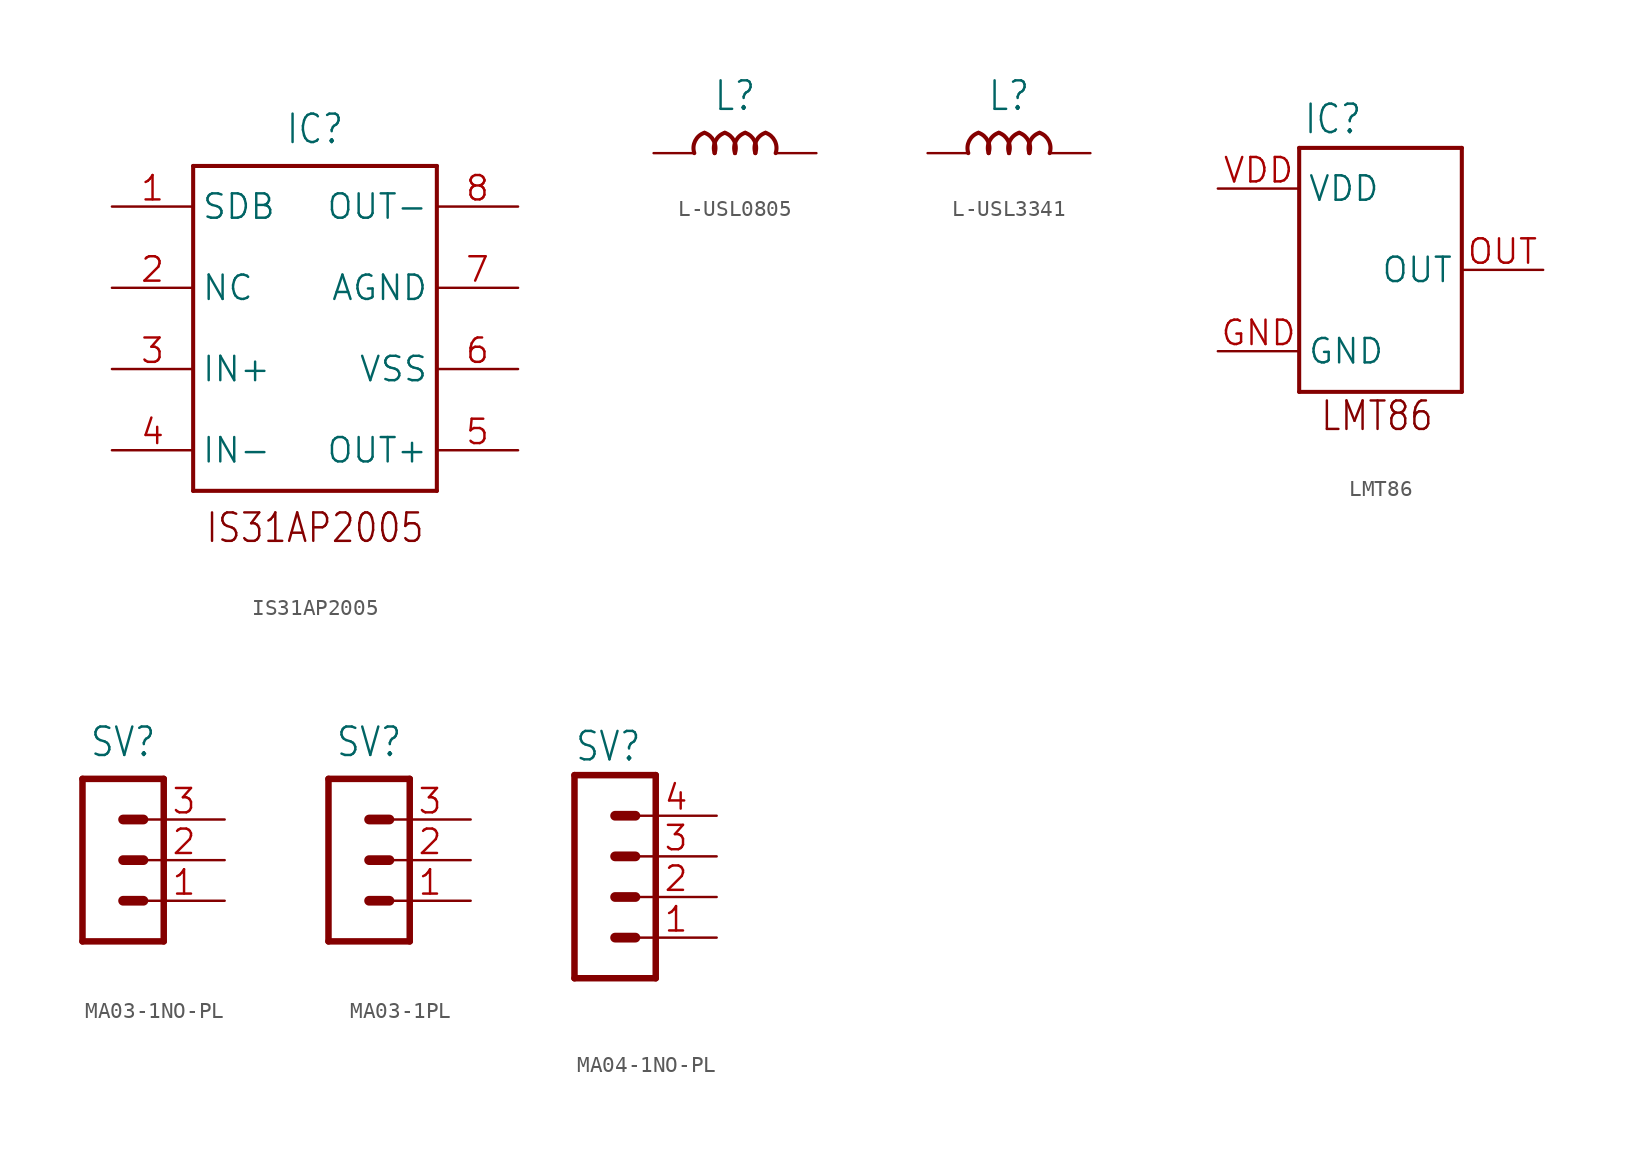
<source format=kicad_sym>
(kicad_symbol_lib
  (version 20241209)
  (generator "kicad_symbol_editor")
  (generator_version "9.0")
  (symbol "IS31AP2005"
    (property "Reference" "IC"
      (at 0 11.43 0)
      (effects (font (size 1.778 1.511)) (justify bottom)))
    (property "ki_locked" ""
      (at 0 0 0)
      (effects (font (size 1.27 1.27))))
    (symbol "IS31AP2005_1_0"
      (polyline (pts (xy -7.62 10.16) (xy 7.62 10.16)) (stroke (width 0.254) (type solid)) (fill (type none)))
      (polyline (pts (xy -7.62 -10.16) (xy -7.62 10.16)) (stroke (width 0.254) (type solid)) (fill (type none)))
      (polyline (pts (xy 7.62 10.16) (xy 7.62 -10.16)) (stroke (width 0.254) (type solid)) (fill (type none)))
      (polyline (pts (xy 7.62 -10.16) (xy -7.62 -10.16)) (stroke (width 0.254) (type solid)) (fill (type none)))
      (text "IS31AP2005" (at 0 -11.43 0) (effects (font (size 1.778 1.511)) (justify top)))
      (pin bidirectional line (at -12.7 7.62 0) (length 5.08) (name "SDB" (effects (font (size 1.524 1.524)))) (number "1" (effects (font (size 1.524 1.524)))))
      (pin bidirectional line (at -12.7 2.54 0) (length 5.08) (name "NC" (effects (font (size 1.524 1.524)))) (number "2" (effects (font (size 1.524 1.524)))))
      (pin bidirectional line (at -12.7 -2.54 0) (length 5.08) (name "IN+" (effects (font (size 1.524 1.524)))) (number "3" (effects (font (size 1.524 1.524)))))
      (pin bidirectional line (at -12.7 -7.62 0) (length 5.08) (name "IN-" (effects (font (size 1.524 1.524)))) (number "4" (effects (font (size 1.524 1.524)))))
      (pin bidirectional line (at 12.7 7.62 180) (length 5.08) (name "OUT-" (effects (font (size 1.524 1.524)))) (number "8" (effects (font (size 1.524 1.524)))))
      (pin bidirectional line (at 12.7 2.54 180) (length 5.08) (name "AGND" (effects (font (size 1.524 1.524)))) (number "7" (effects (font (size 1.524 1.524)))))
      (pin bidirectional line (at 12.7 -2.54 180) (length 5.08) (name "VSS" (effects (font (size 1.524 1.524)))) (number "6" (effects (font (size 1.524 1.524)))))
      (pin bidirectional line (at 12.7 -7.62 180) (length 5.08) (name "OUT+" (effects (font (size 1.524 1.524)))) (number "5" (effects (font (size 1.524 1.524)))))))
  (symbol "L-USL0805"
    (property "Reference" "L"
      (at 0 2.54 0)
      (effects (font (size 1.778 1.511)) (justify bottom)))
    (property "Value" ""
      (at 0 -1.27 0)
      (effects (font (size 1.778 1.511)) (justify top)))
    (property "ki_locked" ""
      (at 0 0 0)
      (effects (font (size 1.27 1.27))))
    (symbol "L-USL0805_1_0"
      (arc (start -1.9051 1.2699) (mid -1.3245 0.7665) (end -1.27 0) (stroke (width 0.254) (type solid)) (fill (type none)))
      (arc (start -2.54 0) (mid -2.4855 0.7665) (end -1.9049 1.2699) (stroke (width 0.254) (type solid)) (fill (type none)))
      (arc (start -0.6351 1.2699) (mid -0.0545 0.7665) (end 0 0) (stroke (width 0.254) (type solid)) (fill (type none)))
      (arc (start -1.27 0) (mid -1.2154 0.7666) (end -0.6348 1.27) (stroke (width 0.254) (type solid)) (fill (type none)))
      (arc (start 0.6348 1.27) (mid 1.2154 0.7666) (end 1.27 0) (stroke (width 0.254) (type solid)) (fill (type none)))
      (arc (start 0 0) (mid 0.0545 0.7665) (end 0.6351 1.2699) (stroke (width 0.254) (type solid)) (fill (type none)))
      (arc (start 1.9049 1.2699) (mid 2.4855 0.7665) (end 2.54 0) (stroke (width 0.254) (type solid)) (fill (type none)))
      (arc (start 1.27 0) (mid 1.3245 0.7665) (end 1.9051 1.2699) (stroke (width 0.254) (type solid)) (fill (type none)))
      (pin passive line (at -5.08 0 0) (length 2.54) (name "1" (effects (font (size 0 0)))) (number "1" (effects (font (size 0 0)))))
      (pin passive line (at 5.08 0 180) (length 2.54) (name "2" (effects (font (size 0 0)))) (number "2" (effects (font (size 0 0)))))))
  (symbol "L-USL3341"
    (property "Reference" "L"
      (at 0 2.54 0)
      (effects (font (size 1.778 1.511)) (justify bottom)))
    (property "Value" ""
      (at 0 -1.27 0)
      (effects (font (size 1.778 1.511)) (justify top)))
    (property "ki_locked" ""
      (at 0 0 0)
      (effects (font (size 1.27 1.27))))
    (symbol "L-USL3341_1_0"
      (arc (start -1.9051 1.2699) (mid -1.3245 0.7665) (end -1.27 0) (stroke (width 0.254) (type solid)) (fill (type none)))
      (arc (start -2.54 0) (mid -2.4855 0.7665) (end -1.9049 1.2699) (stroke (width 0.254) (type solid)) (fill (type none)))
      (arc (start -0.6351 1.2699) (mid -0.0545 0.7665) (end 0 0) (stroke (width 0.254) (type solid)) (fill (type none)))
      (arc (start -1.27 0) (mid -1.2154 0.7666) (end -0.6348 1.27) (stroke (width 0.254) (type solid)) (fill (type none)))
      (arc (start 0.6348 1.27) (mid 1.2154 0.7666) (end 1.27 0) (stroke (width 0.254) (type solid)) (fill (type none)))
      (arc (start 0 0) (mid 0.0545 0.7665) (end 0.6351 1.2699) (stroke (width 0.254) (type solid)) (fill (type none)))
      (arc (start 1.9049 1.2699) (mid 2.4855 0.7665) (end 2.54 0) (stroke (width 0.254) (type solid)) (fill (type none)))
      (arc (start 1.27 0) (mid 1.3245 0.7665) (end 1.9051 1.2699) (stroke (width 0.254) (type solid)) (fill (type none)))
      (pin passive line (at -5.08 0 0) (length 2.54) (name "1" (effects (font (size 0 0)))) (number "1" (effects (font (size 0 0)))))
      (pin passive line (at 5.08 0 180) (length 2.54) (name "2" (effects (font (size 0 0)))) (number "2" (effects (font (size 0 0)))))))
  (symbol "LMT86"
    (property "Reference" "IC"
      (at -4.826 8.382 0)
      (effects (font (size 1.778 1.511)) (justify left bottom)))
    (property "ki_locked" ""
      (at 0 0 0)
      (effects (font (size 1.27 1.27))))
    (symbol "LMT86_1_0"
      (polyline (pts (xy -5.08 7.62) (xy 5.08 7.62)) (stroke (width 0.254) (type solid)) (fill (type none)))
      (polyline (pts (xy -5.08 -7.62) (xy -5.08 7.62)) (stroke (width 0.254) (type solid)) (fill (type none)))
      (polyline (pts (xy 5.08 7.62) (xy 5.08 -7.62)) (stroke (width 0.254) (type solid)) (fill (type none)))
      (polyline (pts (xy 5.08 -7.62) (xy -5.08 -7.62)) (stroke (width 0.254) (type solid)) (fill (type none)))
      (text "LMT86" (at -3.81 -10.16 0) (effects (font (size 1.778 1.511)) (justify left bottom)))
      (pin power_in line (at -10.16 5.08 0) (length 5.08) (name "VDD" (effects (font (size 1.524 1.524)))) (number "VDD" (effects (font (size 1.524 1.524)))))
      (pin power_in line (at -10.16 -5.08 0) (length 5.08) (name "GND" (effects (font (size 1.524 1.524)))) (number "GND" (effects (font (size 1.524 1.524)))))
      (pin bidirectional line (at 10.16 0 180) (length 5.08) (name "OUT" (effects (font (size 1.524 1.524)))) (number "OUT" (effects (font (size 1.524 1.524)))))))
  (symbol "MA03-1NO-PL"
    (property "Reference" "SV"
      (at 1.27 6.35 0)
      (effects (font (size 1.778 1.511)) (justify bottom)))
    (property "Value" ""
      (at 1.27 -6.35 0)
      (effects (font (size 1.778 1.511)) (justify top)))
    (property "ki_locked" ""
      (at 0 0 0)
      (effects (font (size 1.27 1.27))))
    (symbol "MA03-1NO-PL_1_0"
      (polyline (pts (xy -1.27 5.08) (xy -1.27 -5.08)) (stroke (width 0.406) (type solid)) (fill (type none)))
      (polyline (pts (xy -1.27 5.08) (xy 3.81 5.08)) (stroke (width 0.406) (type solid)) (fill (type none)))
      (polyline (pts (xy 1.27 2.54) (xy 2.54 2.54)) (stroke (width 0.61) (type solid)) (fill (type none)))
      (polyline (pts (xy 1.27 0) (xy 2.54 0)) (stroke (width 0.61) (type solid)) (fill (type none)))
      (polyline (pts (xy 1.27 -2.54) (xy 2.54 -2.54)) (stroke (width 0.61) (type solid)) (fill (type none)))
      (polyline (pts (xy 3.81 -5.08) (xy -1.27 -5.08)) (stroke (width 0.406) (type solid)) (fill (type none)))
      (polyline (pts (xy 3.81 -5.08) (xy 3.81 5.08)) (stroke (width 0.406) (type solid)) (fill (type none)))
      (pin passive line (at 7.62 2.54 180) (length 5.08) (name "3" (effects (font (size 0 0)))) (number "3" (effects (font (size 1.524 1.524)))))
      (pin passive line (at 7.62 0 180) (length 5.08) (name "2" (effects (font (size 0 0)))) (number "2" (effects (font (size 1.524 1.524)))))
      (pin passive line (at 7.62 -2.54 180) (length 5.08) (name "1" (effects (font (size 0 0)))) (number "1" (effects (font (size 1.524 1.524)))))))
  (symbol "MA03-1PL"
    (property "Reference" "SV"
      (at 1.27 6.35 0)
      (effects (font (size 1.778 1.511)) (justify bottom)))
    (property "Value" ""
      (at 1.27 -6.35 0)
      (effects (font (size 1.778 1.511)) (justify top)))
    (property "ki_locked" ""
      (at 0 0 0)
      (effects (font (size 1.27 1.27))))
    (symbol "MA03-1PL_1_0"
      (polyline (pts (xy -1.27 5.08) (xy -1.27 -5.08)) (stroke (width 0.406) (type solid)) (fill (type none)))
      (polyline (pts (xy -1.27 5.08) (xy 3.81 5.08)) (stroke (width 0.406) (type solid)) (fill (type none)))
      (polyline (pts (xy 1.27 2.54) (xy 2.54 2.54)) (stroke (width 0.61) (type solid)) (fill (type none)))
      (polyline (pts (xy 1.27 0) (xy 2.54 0)) (stroke (width 0.61) (type solid)) (fill (type none)))
      (polyline (pts (xy 1.27 -2.54) (xy 2.54 -2.54)) (stroke (width 0.61) (type solid)) (fill (type none)))
      (polyline (pts (xy 3.81 -5.08) (xy -1.27 -5.08)) (stroke (width 0.406) (type solid)) (fill (type none)))
      (polyline (pts (xy 3.81 -5.08) (xy 3.81 5.08)) (stroke (width 0.406) (type solid)) (fill (type none)))
      (pin passive line (at 7.62 2.54 180) (length 5.08) (name "3" (effects (font (size 0 0)))) (number "3" (effects (font (size 1.524 1.524)))))
      (pin passive line (at 7.62 0 180) (length 5.08) (name "2" (effects (font (size 0 0)))) (number "2" (effects (font (size 1.524 1.524)))))
      (pin passive line (at 7.62 -2.54 180) (length 5.08) (name "1" (effects (font (size 0 0)))) (number "1" (effects (font (size 1.524 1.524)))))))
  (symbol "MA04-1NO-PL"
    (property "Reference" "SV"
      (at -1.27 5.842 0)
      (effects (font (size 1.778 1.511)) (justify left bottom)))
    (property "Value" ""
      (at -1.27 -10.16 0)
      (effects (font (size 1.778 1.511)) (justify left bottom)))
    (property "ki_locked" ""
      (at 0 0 0)
      (effects (font (size 1.27 1.27))))
    (symbol "MA04-1NO-PL_1_0"
      (polyline (pts (xy -1.27 5.08) (xy -1.27 -7.62)) (stroke (width 0.406) (type solid)) (fill (type none)))
      (polyline (pts (xy -1.27 5.08) (xy 3.81 5.08)) (stroke (width 0.406) (type solid)) (fill (type none)))
      (polyline (pts (xy 1.27 2.54) (xy 2.54 2.54)) (stroke (width 0.61) (type solid)) (fill (type none)))
      (polyline (pts (xy 1.27 0) (xy 2.54 0)) (stroke (width 0.61) (type solid)) (fill (type none)))
      (polyline (pts (xy 1.27 -2.54) (xy 2.54 -2.54)) (stroke (width 0.61) (type solid)) (fill (type none)))
      (polyline (pts (xy 1.27 -5.08) (xy 2.54 -5.08)) (stroke (width 0.61) (type solid)) (fill (type none)))
      (polyline (pts (xy 3.81 -7.62) (xy -1.27 -7.62)) (stroke (width 0.406) (type solid)) (fill (type none)))
      (polyline (pts (xy 3.81 -7.62) (xy 3.81 5.08)) (stroke (width 0.406) (type solid)) (fill (type none)))
      (pin passive line (at 7.62 2.54 180) (length 5.08) (name "4" (effects (font (size 0 0)))) (number "4" (effects (font (size 1.524 1.524)))))
      (pin passive line (at 7.62 0 180) (length 5.08) (name "3" (effects (font (size 0 0)))) (number "3" (effects (font (size 1.524 1.524)))))
      (pin passive line (at 7.62 -2.54 180) (length 5.08) (name "2" (effects (font (size 0 0)))) (number "2" (effects (font (size 1.524 1.524)))))
      (pin passive line (at 7.62 -5.08 180) (length 5.08) (name "1" (effects (font (size 0 0)))) (number "1" (effects (font (size 1.524 1.524))))))))
</source>
